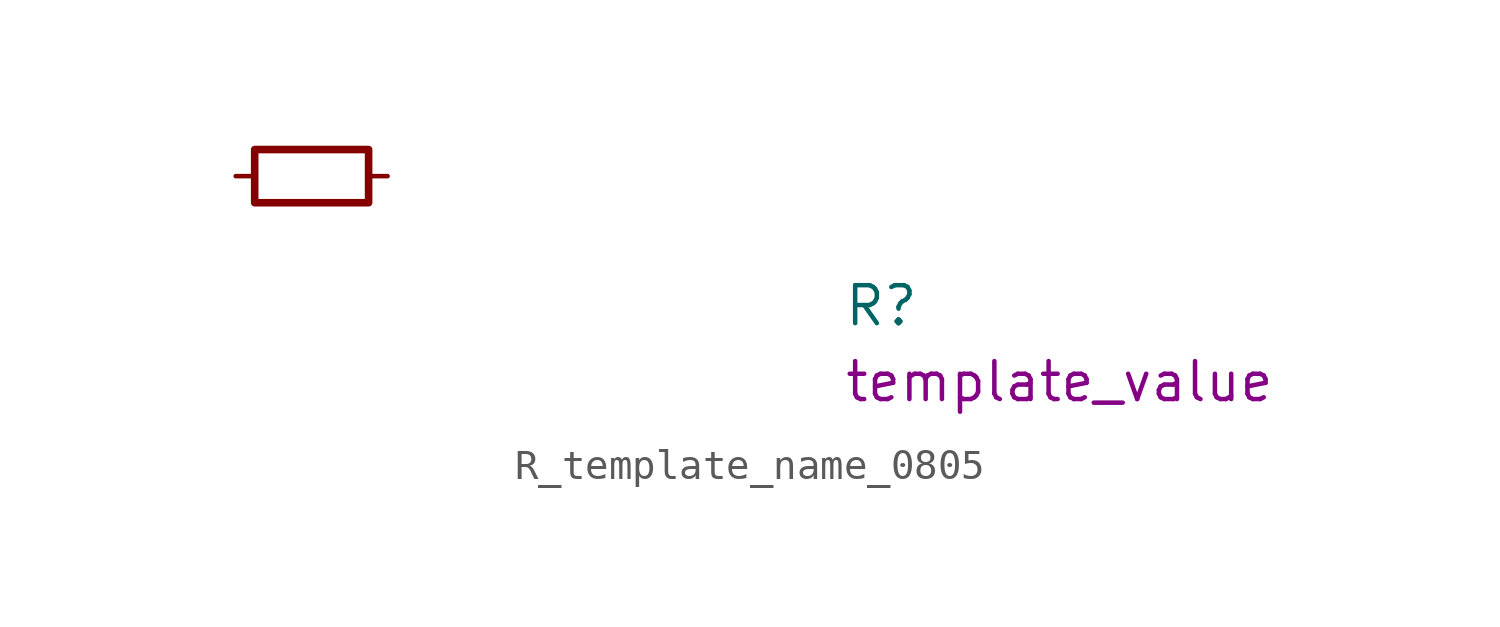
<source format=kicad_sym>
(kicad_symbol_lib
  (version 20220914)
  (generator kicad_symbol_editor)
  (symbol "R_template_name_0805"
    (pin_numbers hide)
    (pin_names hide)
    (property "Reference" "R"
      (at 20.32 -5.08 0)
      (effects (font (size 1.27 1.27) (thickness 0.15)) (justify left bottom)))
    (property "Val" "template_value"
      (at 20.32 -7.62 0)
      (effects (font (size 1.27 1.27) (thickness 0.15)) (justify left bottom)))
    (symbol "R_template_name_0805_0_1"
      (rectangle (start 0.635 0.889) (end 4.445 -0.889) (stroke (width 0.254) (type default)) (fill (type none))))
    (symbol "R_template_name_0805_1_1"
      (pin passive line (at 0 0 0) (length 0.635) (name "~" (effects (font (size 1.27 1.27)))) (number "1" (effects (font (size 1.27 1.27)))))
      (pin passive line (at 5.08 0 180) (length 0.635) (name "~" (effects (font (size 1.27 1.27)))) (number "2" (effects (font (size 1.27 1.27))))))))
</source>
